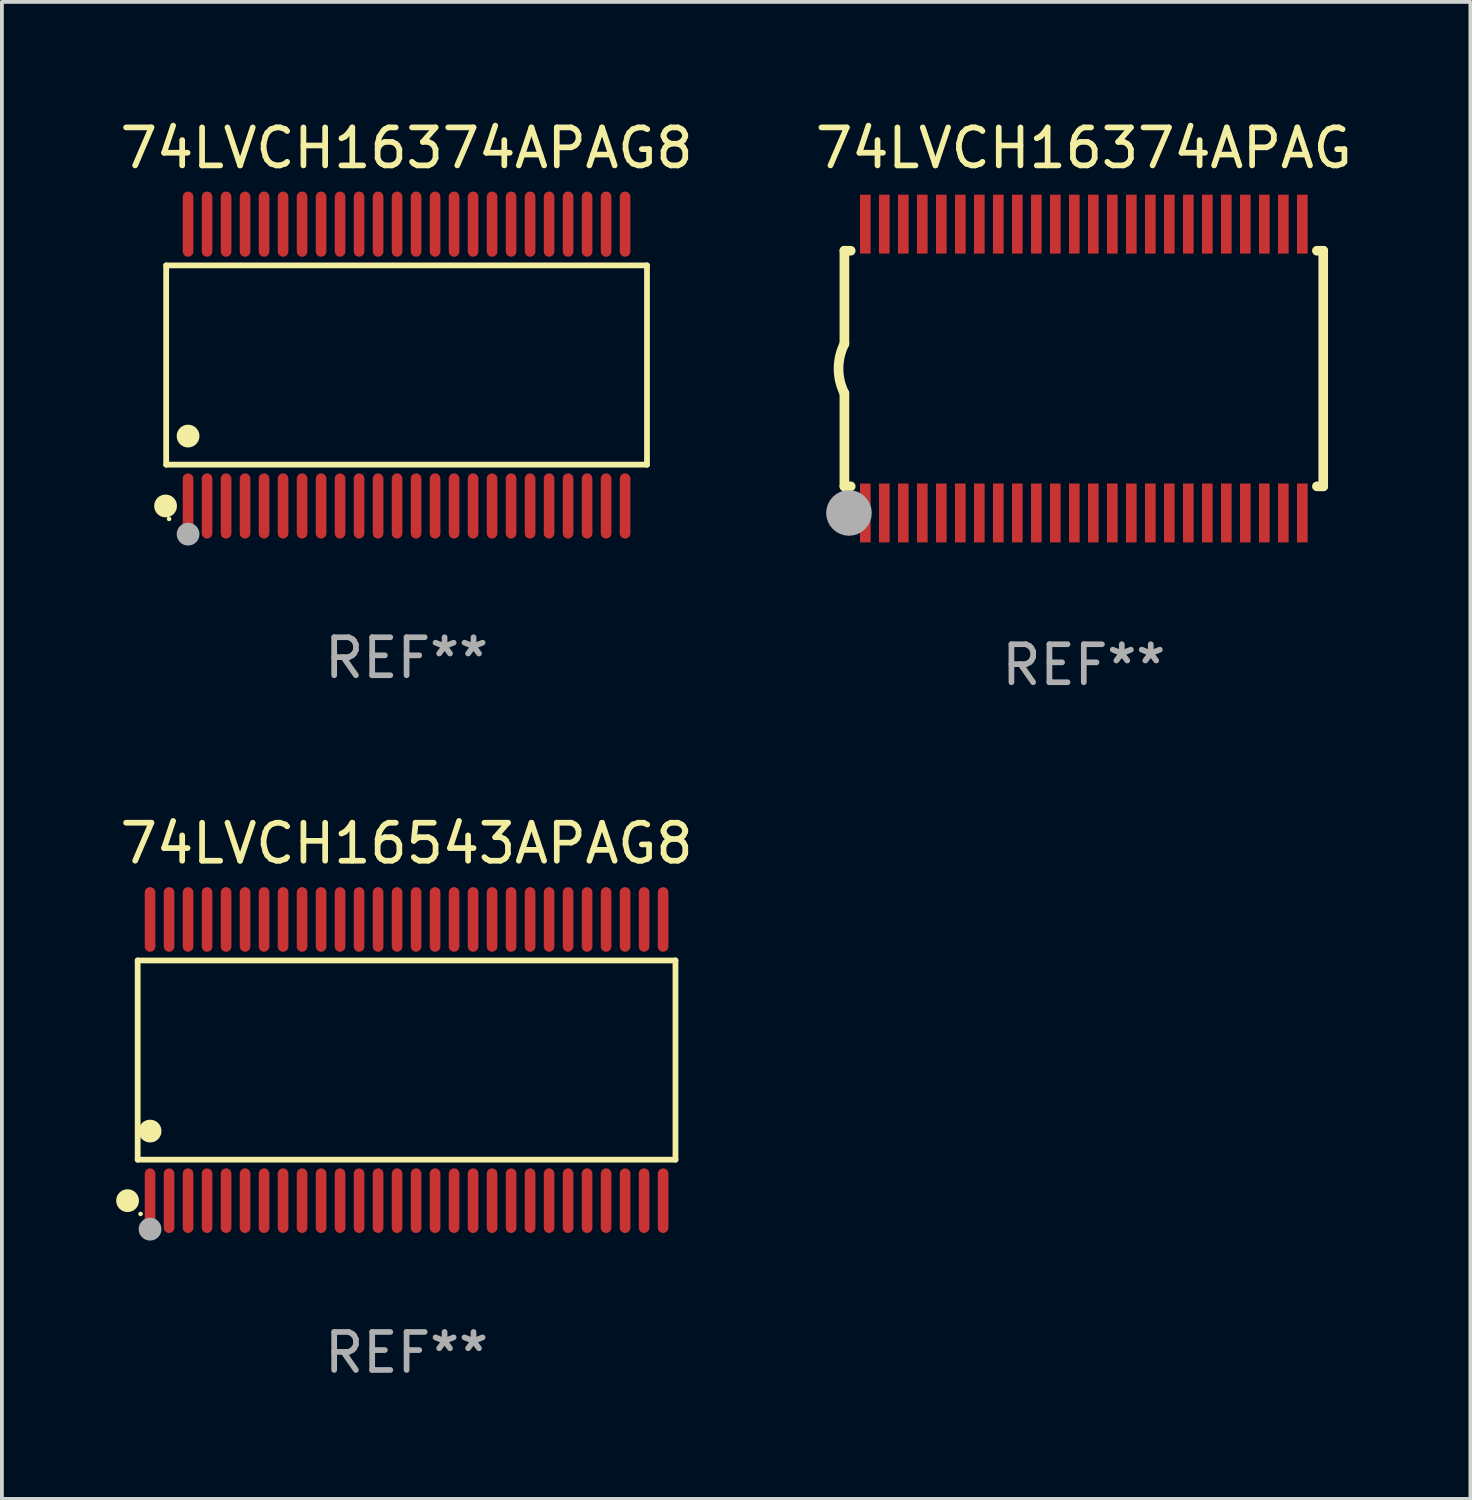
<source format=kicad_pcb>
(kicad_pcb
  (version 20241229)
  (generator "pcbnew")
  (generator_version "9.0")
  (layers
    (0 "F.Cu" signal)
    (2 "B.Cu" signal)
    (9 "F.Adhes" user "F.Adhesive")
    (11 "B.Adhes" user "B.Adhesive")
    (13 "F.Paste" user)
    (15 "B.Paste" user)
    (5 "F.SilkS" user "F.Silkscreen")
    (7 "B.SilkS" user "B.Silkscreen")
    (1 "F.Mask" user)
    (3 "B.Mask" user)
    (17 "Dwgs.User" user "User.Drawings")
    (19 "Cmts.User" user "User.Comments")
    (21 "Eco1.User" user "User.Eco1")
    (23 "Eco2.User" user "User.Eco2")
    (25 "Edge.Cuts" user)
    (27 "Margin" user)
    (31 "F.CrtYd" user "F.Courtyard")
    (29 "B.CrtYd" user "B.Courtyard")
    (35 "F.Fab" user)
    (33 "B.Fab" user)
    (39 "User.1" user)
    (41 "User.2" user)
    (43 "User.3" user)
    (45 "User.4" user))
  (footprint "74LVCH16374APAG"
    (layer "F.Cu")
    (at 25.47 6.648)
    (property "Reference" "74LVCH16374APAG" (at 0 -5.8 0) (layer "F.SilkS") (effects (font (size 1 1) (thickness 0.15))))
    (attr through_hole)
    (fp_line (start -6.3 -3.1) (end -6.3 -0.65) (stroke (width 0.254) (type solid)) (layer "F.SilkS"))
    (fp_line (start -6.3 -3.1) (end -6.134 -3.1) (stroke (width 0.254) (type solid)) (layer "F.SilkS"))
    (fp_line (start -6.3 3.1) (end -6.3 0.65) (stroke (width 0.254) (type solid)) (layer "F.SilkS"))
    (fp_line (start -6.3 3.1) (end -6.134 3.1) (stroke (width 0.254) (type solid)) (layer "F.SilkS"))
    (fp_line (start 6.134 -3.1) (end 6.3 -3.1) (stroke (width 0.254) (type solid)) (layer "F.SilkS"))
    (fp_line (start 6.134 3.1) (end 6.3 3.1) (stroke (width 0.254) (type solid)) (layer "F.SilkS"))
    (fp_line (start 6.3 -3.1) (end 6.3 3.1) (stroke (width 0.254) (type solid)) (layer "F.SilkS"))
    (fp_arc (start -6.301016 0.650114) (mid -6.45413 -0.000082) (end -6.3 -0.650038) (stroke (width 0.254001) (type solid)) (layer "F.SilkS"))
    (fp_circle (center -6.35 3.81) (end -6.223 3.81) (stroke (width 0.254) (type solid)) (fill no) (layer "F.SilkS"))
    (fp_circle (center -6.25 4.05) (end -6.22 4.05) (stroke (width 0.06) (type solid)) (fill no) (layer "F.SilkS"))
    (fp_circle (center -6.18 3.8) (end -5.88 3.8) (stroke (width 0.6) (type solid)) (fill no) (layer "F.Fab"))
    (fp_text user "REF**" (at 0 7.8 0) (layer "F.Fab") (effects (font (size 1 1) (thickness 0.15))))
    (pad "1" smd rect (at -5.75 3.8) (size 0.28 1.55) (layers "F.Cu" "F.Mask" "F.Paste"))
    (pad "2" smd rect (at -5.25 3.8) (size 0.28 1.55) (layers "F.Cu" "F.Mask" "F.Paste"))
    (pad "3" smd rect (at -4.75 3.8) (size 0.28 1.55) (layers "F.Cu" "F.Mask" "F.Paste"))
    (pad "4" smd rect (at -4.25 3.8) (size 0.28 1.55) (layers "F.Cu" "F.Mask" "F.Paste"))
    (pad "5" smd rect (at -3.75 3.8) (size 0.28 1.55) (layers "F.Cu" "F.Mask" "F.Paste"))
    (pad "6" smd rect (at -3.25 3.8) (size 0.28 1.55) (layers "F.Cu" "F.Mask" "F.Paste"))
    (pad "7" smd rect (at -2.75 3.8) (size 0.28 1.55) (layers "F.Cu" "F.Mask" "F.Paste"))
    (pad "8" smd rect (at -2.25 3.8) (size 0.28 1.55) (layers "F.Cu" "F.Mask" "F.Paste"))
    (pad "9" smd rect (at -1.75 3.8) (size 0.28 1.55) (layers "F.Cu" "F.Mask" "F.Paste"))
    (pad "10" smd rect (at -1.25 3.8) (size 0.28 1.55) (layers "F.Cu" "F.Mask" "F.Paste"))
    (pad "11" smd rect (at -0.75 3.8) (size 0.28 1.55) (layers "F.Cu" "F.Mask" "F.Paste"))
    (pad "12" smd rect (at -0.25 3.8) (size 0.28 1.55) (layers "F.Cu" "F.Mask" "F.Paste"))
    (pad "13" smd rect (at 0.25 3.8) (size 0.28 1.55) (layers "F.Cu" "F.Mask" "F.Paste"))
    (pad "14" smd rect (at 0.75 3.8) (size 0.28 1.55) (layers "F.Cu" "F.Mask" "F.Paste"))
    (pad "15" smd rect (at 1.25 3.8) (size 0.28 1.55) (layers "F.Cu" "F.Mask" "F.Paste"))
    (pad "16" smd rect (at 1.75 3.8) (size 0.28 1.55) (layers "F.Cu" "F.Mask" "F.Paste"))
    (pad "17" smd rect (at 2.25 3.8) (size 0.28 1.55) (layers "F.Cu" "F.Mask" "F.Paste"))
    (pad "18" smd rect (at 2.75 3.8) (size 0.28 1.55) (layers "F.Cu" "F.Mask" "F.Paste"))
    (pad "19" smd rect (at 3.25 3.8) (size 0.28 1.55) (layers "F.Cu" "F.Mask" "F.Paste"))
    (pad "20" smd rect (at 3.75 3.8) (size 0.28 1.55) (layers "F.Cu" "F.Mask" "F.Paste"))
    (pad "21" smd rect (at 4.25 3.8) (size 0.28 1.55) (layers "F.Cu" "F.Mask" "F.Paste"))
    (pad "22" smd rect (at 4.75 3.8) (size 0.28 1.55) (layers "F.Cu" "F.Mask" "F.Paste"))
    (pad "23" smd rect (at 5.25 3.8) (size 0.28 1.55) (layers "F.Cu" "F.Mask" "F.Paste"))
    (pad "24" smd rect (at 5.75 3.8) (size 0.28 1.55) (layers "F.Cu" "F.Mask" "F.Paste"))
    (pad "25" smd rect (at 5.75 -3.8) (size 0.28 1.55) (layers "F.Cu" "F.Mask" "F.Paste"))
    (pad "26" smd rect (at 5.25 -3.8) (size 0.28 1.55) (layers "F.Cu" "F.Mask" "F.Paste"))
    (pad "27" smd rect (at 4.75 -3.8) (size 0.28 1.55) (layers "F.Cu" "F.Mask" "F.Paste"))
    (pad "28" smd rect (at 4.25 -3.8) (size 0.28 1.55) (layers "F.Cu" "F.Mask" "F.Paste"))
    (pad "29" smd rect (at 3.75 -3.8) (size 0.28 1.55) (layers "F.Cu" "F.Mask" "F.Paste"))
    (pad "30" smd rect (at 3.25 -3.8) (size 0.28 1.55) (layers "F.Cu" "F.Mask" "F.Paste"))
    (pad "31" smd rect (at 2.75 -3.8) (size 0.28 1.55) (layers "F.Cu" "F.Mask" "F.Paste"))
    (pad "32" smd rect (at 2.25 -3.8) (size 0.28 1.55) (layers "F.Cu" "F.Mask" "F.Paste"))
    (pad "33" smd rect (at 1.75 -3.8) (size 0.28 1.55) (layers "F.Cu" "F.Mask" "F.Paste"))
    (pad "34" smd rect (at 1.25 -3.8) (size 0.28 1.55) (layers "F.Cu" "F.Mask" "F.Paste"))
    (pad "35" smd rect (at 0.75 -3.8) (size 0.28 1.55) (layers "F.Cu" "F.Mask" "F.Paste"))
    (pad "36" smd rect (at 0.25 -3.8) (size 0.28 1.55) (layers "F.Cu" "F.Mask" "F.Paste"))
    (pad "37" smd rect (at -0.25 -3.8) (size 0.28 1.55) (layers "F.Cu" "F.Mask" "F.Paste"))
    (pad "38" smd rect (at -0.75 -3.8) (size 0.28 1.55) (layers "F.Cu" "F.Mask" "F.Paste"))
    (pad "39" smd rect (at -1.25 -3.8) (size 0.28 1.55) (layers "F.Cu" "F.Mask" "F.Paste"))
    (pad "40" smd rect (at -1.75 -3.8) (size 0.28 1.55) (layers "F.Cu" "F.Mask" "F.Paste"))
    (pad "41" smd rect (at -2.25 -3.8) (size 0.28 1.55) (layers "F.Cu" "F.Mask" "F.Paste"))
    (pad "42" smd rect (at -2.75 -3.8) (size 0.28 1.55) (layers "F.Cu" "F.Mask" "F.Paste"))
    (pad "43" smd rect (at -3.25 -3.8) (size 0.28 1.55) (layers "F.Cu" "F.Mask" "F.Paste"))
    (pad "44" smd rect (at -3.75 -3.8) (size 0.28 1.55) (layers "F.Cu" "F.Mask" "F.Paste"))
    (pad "45" smd rect (at -4.25 -3.8) (size 0.28 1.55) (layers "F.Cu" "F.Mask" "F.Paste"))
    (pad "46" smd rect (at -4.75 -3.8) (size 0.28 1.55) (layers "F.Cu" "F.Mask" "F.Paste"))
    (pad "47" smd rect (at -5.25 -3.8) (size 0.28 1.55) (layers "F.Cu" "F.Mask" "F.Paste"))
    (pad "48" smd rect (at -5.75 -3.8) (size 0.28 1.55) (layers "F.Cu" "F.Mask" "F.Paste")))
  (footprint "74LVCH16543APAG8"
    (layer "F.Cu")
    (at 7.649 24.845)
    (property "Reference" "74LVCH16543APAG8" (at 0 -5.7 0) (layer "F.SilkS") (effects (font (size 1 1) (thickness 0.15))))
    (attr through_hole)
    (fp_line (start -7.076 -2.621) (end 7.076 -2.621) (stroke (width 0.152) (type solid)) (layer "F.SilkS"))
    (fp_line (start -7.076 2.621) (end -7.076 -2.621) (stroke (width 0.152) (type solid)) (layer "F.SilkS"))
    (fp_line (start 7.076 -2.621) (end 7.076 2.621) (stroke (width 0.152) (type solid)) (layer "F.SilkS"))
    (fp_line (start 7.076 2.621) (end -7.076 2.621) (stroke (width 0.152) (type solid)) (layer "F.SilkS"))
    (fp_circle (center -7.342 3.7) (end -7.192 3.7) (stroke (width 0.3) (type solid)) (fill no) (layer "F.SilkS"))
    (fp_circle (center -7 4.05) (end -6.97 4.05) (stroke (width 0.06) (type solid)) (fill no) (layer "F.SilkS"))
    (fp_circle (center -6.75 1.869) (end -6.6 1.869) (stroke (width 0.3) (type solid)) (fill no) (layer "F.SilkS"))
    (fp_circle (center -6.75 4.45) (end -6.6 4.45) (stroke (width 0.3) (type solid)) (fill no) (layer "F.Fab"))
    (fp_text user "REF**" (at 0 7.7 0) (layer "F.Fab") (effects (font (size 1 1) (thickness 0.15))))
    (pad "1" smd oval (at -6.75 3.7) (size 0.28 1.7) (layers "F.Cu" "F.Mask" "F.Paste"))
    (pad "2" smd oval (at -6.25 3.7) (size 0.28 1.7) (layers "F.Cu" "F.Mask" "F.Paste"))
    (pad "3" smd oval (at -5.75 3.7) (size 0.28 1.7) (layers "F.Cu" "F.Mask" "F.Paste"))
    (pad "4" smd oval (at -5.25 3.7) (size 0.28 1.7) (layers "F.Cu" "F.Mask" "F.Paste"))
    (pad "5" smd oval (at -4.75 3.7) (size 0.28 1.7) (layers "F.Cu" "F.Mask" "F.Paste"))
    (pad "6" smd oval (at -4.25 3.7) (size 0.28 1.7) (layers "F.Cu" "F.Mask" "F.Paste"))
    (pad "7" smd oval (at -3.75 3.7) (size 0.28 1.7) (layers "F.Cu" "F.Mask" "F.Paste"))
    (pad "8" smd oval (at -3.25 3.7) (size 0.28 1.7) (layers "F.Cu" "F.Mask" "F.Paste"))
    (pad "9" smd oval (at -2.75 3.7) (size 0.28 1.7) (layers "F.Cu" "F.Mask" "F.Paste"))
    (pad "10" smd oval (at -2.25 3.7) (size 0.28 1.7) (layers "F.Cu" "F.Mask" "F.Paste"))
    (pad "11" smd oval (at -1.75 3.7) (size 0.28 1.7) (layers "F.Cu" "F.Mask" "F.Paste"))
    (pad "12" smd oval (at -1.25 3.7) (size 0.28 1.7) (layers "F.Cu" "F.Mask" "F.Paste"))
    (pad "13" smd oval (at -0.75 3.7) (size 0.28 1.7) (layers "F.Cu" "F.Mask" "F.Paste"))
    (pad "14" smd oval (at -0.25 3.7) (size 0.28 1.7) (layers "F.Cu" "F.Mask" "F.Paste"))
    (pad "15" smd oval (at 0.25 3.7) (size 0.28 1.7) (layers "F.Cu" "F.Mask" "F.Paste"))
    (pad "16" smd oval (at 0.75 3.7) (size 0.28 1.7) (layers "F.Cu" "F.Mask" "F.Paste"))
    (pad "17" smd oval (at 1.25 3.7) (size 0.28 1.7) (layers "F.Cu" "F.Mask" "F.Paste"))
    (pad "18" smd oval (at 1.75 3.7) (size 0.28 1.7) (layers "F.Cu" "F.Mask" "F.Paste"))
    (pad "19" smd oval (at 2.25 3.7) (size 0.28 1.7) (layers "F.Cu" "F.Mask" "F.Paste"))
    (pad "20" smd oval (at 2.75 3.7) (size 0.28 1.7) (layers "F.Cu" "F.Mask" "F.Paste"))
    (pad "21" smd oval (at 3.25 3.7) (size 0.28 1.7) (layers "F.Cu" "F.Mask" "F.Paste"))
    (pad "22" smd oval (at 3.75 3.7) (size 0.28 1.7) (layers "F.Cu" "F.Mask" "F.Paste"))
    (pad "23" smd oval (at 4.25 3.7) (size 0.28 1.7) (layers "F.Cu" "F.Mask" "F.Paste"))
    (pad "24" smd oval (at 4.75 3.7) (size 0.28 1.7) (layers "F.Cu" "F.Mask" "F.Paste"))
    (pad "25" smd oval (at 5.25 3.7) (size 0.28 1.7) (layers "F.Cu" "F.Mask" "F.Paste"))
    (pad "26" smd oval (at 5.75 3.7) (size 0.28 1.7) (layers "F.Cu" "F.Mask" "F.Paste"))
    (pad "27" smd oval (at 6.25 3.7) (size 0.28 1.7) (layers "F.Cu" "F.Mask" "F.Paste"))
    (pad "28" smd oval (at 6.75 3.7) (size 0.28 1.7) (layers "F.Cu" "F.Mask" "F.Paste"))
    (pad "29" smd oval (at 6.75 -3.7) (size 0.28 1.7) (layers "F.Cu" "F.Mask" "F.Paste"))
    (pad "30" smd oval (at 6.25 -3.7) (size 0.28 1.7) (layers "F.Cu" "F.Mask" "F.Paste"))
    (pad "31" smd oval (at 5.75 -3.7) (size 0.28 1.7) (layers "F.Cu" "F.Mask" "F.Paste"))
    (pad "32" smd oval (at 5.25 -3.7) (size 0.28 1.7) (layers "F.Cu" "F.Mask" "F.Paste"))
    (pad "33" smd oval (at 4.75 -3.7) (size 0.28 1.7) (layers "F.Cu" "F.Mask" "F.Paste"))
    (pad "34" smd oval (at 4.25 -3.7) (size 0.28 1.7) (layers "F.Cu" "F.Mask" "F.Paste"))
    (pad "35" smd oval (at 3.75 -3.7) (size 0.28 1.7) (layers "F.Cu" "F.Mask" "F.Paste"))
    (pad "36" smd oval (at 3.25 -3.7) (size 0.28 1.7) (layers "F.Cu" "F.Mask" "F.Paste"))
    (pad "37" smd oval (at 2.75 -3.7) (size 0.28 1.7) (layers "F.Cu" "F.Mask" "F.Paste"))
    (pad "38" smd oval (at 2.25 -3.7) (size 0.28 1.7) (layers "F.Cu" "F.Mask" "F.Paste"))
    (pad "39" smd oval (at 1.75 -3.7) (size 0.28 1.7) (layers "F.Cu" "F.Mask" "F.Paste"))
    (pad "40" smd oval (at 1.25 -3.7) (size 0.28 1.7) (layers "F.Cu" "F.Mask" "F.Paste"))
    (pad "41" smd oval (at 0.75 -3.7) (size 0.28 1.7) (layers "F.Cu" "F.Mask" "F.Paste"))
    (pad "42" smd oval (at 0.25 -3.7) (size 0.28 1.7) (layers "F.Cu" "F.Mask" "F.Paste"))
    (pad "43" smd oval (at -0.25 -3.7) (size 0.28 1.7) (layers "F.Cu" "F.Mask" "F.Paste"))
    (pad "44" smd oval (at -0.75 -3.7) (size 0.28 1.7) (layers "F.Cu" "F.Mask" "F.Paste"))
    (pad "45" smd oval (at -1.25 -3.7) (size 0.28 1.7) (layers "F.Cu" "F.Mask" "F.Paste"))
    (pad "46" smd oval (at -1.75 -3.7) (size 0.28 1.7) (layers "F.Cu" "F.Mask" "F.Paste"))
    (pad "47" smd oval (at -2.25 -3.7) (size 0.28 1.7) (layers "F.Cu" "F.Mask" "F.Paste"))
    (pad "48" smd oval (at -2.75 -3.7) (size 0.28 1.7) (layers "F.Cu" "F.Mask" "F.Paste"))
    (pad "49" smd oval (at -3.25 -3.7) (size 0.28 1.7) (layers "F.Cu" "F.Mask" "F.Paste"))
    (pad "50" smd oval (at -3.75 -3.7) (size 0.28 1.7) (layers "F.Cu" "F.Mask" "F.Paste"))
    (pad "51" smd oval (at -4.25 -3.7) (size 0.28 1.7) (layers "F.Cu" "F.Mask" "F.Paste"))
    (pad "52" smd oval (at -4.75 -3.7) (size 0.28 1.7) (layers "F.Cu" "F.Mask" "F.Paste"))
    (pad "53" smd oval (at -5.25 -3.7) (size 0.28 1.7) (layers "F.Cu" "F.Mask" "F.Paste"))
    (pad "54" smd oval (at -5.75 -3.7) (size 0.28 1.7) (layers "F.Cu" "F.Mask" "F.Paste"))
    (pad "55" smd oval (at -6.25 -3.7) (size 0.28 1.7) (layers "F.Cu" "F.Mask" "F.Paste"))
    (pad "56" smd oval (at -6.75 -3.7) (size 0.28 1.7) (layers "F.Cu" "F.Mask" "F.Paste")))
  (footprint "74LVCH16374APAG8"
    (layer "F.Cu")
    (at 7.649 6.556)
    (property "Reference" "74LVCH16374APAG8" (at 0 -5.708 0) (layer "F.SilkS") (effects (font (size 1 1) (thickness 0.15))))
    (attr through_hole)
    (fp_line (start -6.326 -2.622) (end 6.326 -2.622) (stroke (width 0.152) (type solid)) (layer "F.SilkS"))
    (fp_line (start -6.326 2.621) (end -6.326 -2.622) (stroke (width 0.152) (type solid)) (layer "F.SilkS"))
    (fp_line (start 6.326 -2.622) (end 6.326 2.621) (stroke (width 0.152) (type solid)) (layer "F.SilkS"))
    (fp_line (start 6.326 2.621) (end -6.326 2.621) (stroke (width 0.152) (type solid)) (layer "F.SilkS"))
    (fp_circle (center -6.342 3.708) (end -6.192 3.708) (stroke (width 0.3) (type solid)) (fill no) (layer "F.SilkS"))
    (fp_circle (center -6.25 4.05) (end -6.22 4.05) (stroke (width 0.06) (type solid)) (fill no) (layer "F.SilkS"))
    (fp_circle (center -5.75 1.869) (end -5.6 1.869) (stroke (width 0.3) (type solid)) (fill no) (layer "F.SilkS"))
    (fp_circle (center -5.75 4.45) (end -5.6 4.45) (stroke (width 0.3) (type solid)) (fill no) (layer "F.Fab"))
    (fp_text user "REF**" (at 0 7.708 0) (layer "F.Fab") (effects (font (size 1 1) (thickness 0.15))))
    (pad "1" smd oval (at -5.75 3.708) (size 0.28 1.715) (layers "F.Cu" "F.Mask" "F.Paste"))
    (pad "2" smd oval (at -5.25 3.708) (size 0.28 1.715) (layers "F.Cu" "F.Mask" "F.Paste"))
    (pad "3" smd oval (at -4.75 3.708) (size 0.28 1.715) (layers "F.Cu" "F.Mask" "F.Paste"))
    (pad "4" smd oval (at -4.25 3.708) (size 0.28 1.715) (layers "F.Cu" "F.Mask" "F.Paste"))
    (pad "5" smd oval (at -3.75 3.708) (size 0.28 1.715) (layers "F.Cu" "F.Mask" "F.Paste"))
    (pad "6" smd oval (at -3.25 3.708) (size 0.28 1.715) (layers "F.Cu" "F.Mask" "F.Paste"))
    (pad "7" smd oval (at -2.75 3.708) (size 0.28 1.715) (layers "F.Cu" "F.Mask" "F.Paste"))
    (pad "8" smd oval (at -2.25 3.708) (size 0.28 1.715) (layers "F.Cu" "F.Mask" "F.Paste"))
    (pad "9" smd oval (at -1.75 3.708) (size 0.28 1.715) (layers "F.Cu" "F.Mask" "F.Paste"))
    (pad "10" smd oval (at -1.25 3.708) (size 0.28 1.715) (layers "F.Cu" "F.Mask" "F.Paste"))
    (pad "11" smd oval (at -0.75 3.708) (size 0.28 1.715) (layers "F.Cu" "F.Mask" "F.Paste"))
    (pad "12" smd oval (at -0.25 3.708) (size 0.28 1.715) (layers "F.Cu" "F.Mask" "F.Paste"))
    (pad "13" smd oval (at 0.25 3.708) (size 0.28 1.715) (layers "F.Cu" "F.Mask" "F.Paste"))
    (pad "14" smd oval (at 0.75 3.708) (size 0.28 1.715) (layers "F.Cu" "F.Mask" "F.Paste"))
    (pad "15" smd oval (at 1.25 3.708) (size 0.28 1.715) (layers "F.Cu" "F.Mask" "F.Paste"))
    (pad "16" smd oval (at 1.75 3.708) (size 0.28 1.715) (layers "F.Cu" "F.Mask" "F.Paste"))
    (pad "17" smd oval (at 2.25 3.708) (size 0.28 1.715) (layers "F.Cu" "F.Mask" "F.Paste"))
    (pad "18" smd oval (at 2.75 3.708) (size 0.28 1.715) (layers "F.Cu" "F.Mask" "F.Paste"))
    (pad "19" smd oval (at 3.25 3.708) (size 0.28 1.715) (layers "F.Cu" "F.Mask" "F.Paste"))
    (pad "20" smd oval (at 3.75 3.708) (size 0.28 1.715) (layers "F.Cu" "F.Mask" "F.Paste"))
    (pad "21" smd oval (at 4.25 3.708) (size 0.28 1.715) (layers "F.Cu" "F.Mask" "F.Paste"))
    (pad "22" smd oval (at 4.75 3.708) (size 0.28 1.715) (layers "F.Cu" "F.Mask" "F.Paste"))
    (pad "23" smd oval (at 5.25 3.708) (size 0.28 1.715) (layers "F.Cu" "F.Mask" "F.Paste"))
    (pad "24" smd oval (at 5.75 3.708) (size 0.28 1.715) (layers "F.Cu" "F.Mask" "F.Paste"))
    (pad "25" smd oval (at 5.75 -3.708) (size 0.28 1.715) (layers "F.Cu" "F.Mask" "F.Paste"))
    (pad "26" smd oval (at 5.25 -3.708) (size 0.28 1.715) (layers "F.Cu" "F.Mask" "F.Paste"))
    (pad "27" smd oval (at 4.75 -3.708) (size 0.28 1.715) (layers "F.Cu" "F.Mask" "F.Paste"))
    (pad "28" smd oval (at 4.25 -3.708) (size 0.28 1.715) (layers "F.Cu" "F.Mask" "F.Paste"))
    (pad "29" smd oval (at 3.75 -3.708) (size 0.28 1.715) (layers "F.Cu" "F.Mask" "F.Paste"))
    (pad "30" smd oval (at 3.25 -3.708) (size 0.28 1.715) (layers "F.Cu" "F.Mask" "F.Paste"))
    (pad "31" smd oval (at 2.75 -3.708) (size 0.28 1.715) (layers "F.Cu" "F.Mask" "F.Paste"))
    (pad "32" smd oval (at 2.25 -3.708) (size 0.28 1.715) (layers "F.Cu" "F.Mask" "F.Paste"))
    (pad "33" smd oval (at 1.75 -3.708) (size 0.28 1.715) (layers "F.Cu" "F.Mask" "F.Paste"))
    (pad "34" smd oval (at 1.25 -3.708) (size 0.28 1.715) (layers "F.Cu" "F.Mask" "F.Paste"))
    (pad "35" smd oval (at 0.75 -3.708) (size 0.28 1.715) (layers "F.Cu" "F.Mask" "F.Paste"))
    (pad "36" smd oval (at 0.25 -3.708) (size 0.28 1.715) (layers "F.Cu" "F.Mask" "F.Paste"))
    (pad "37" smd oval (at -0.25 -3.708) (size 0.28 1.715) (layers "F.Cu" "F.Mask" "F.Paste"))
    (pad "38" smd oval (at -0.75 -3.708) (size 0.28 1.715) (layers "F.Cu" "F.Mask" "F.Paste"))
    (pad "39" smd oval (at -1.25 -3.708) (size 0.28 1.715) (layers "F.Cu" "F.Mask" "F.Paste"))
    (pad "40" smd oval (at -1.75 -3.708) (size 0.28 1.715) (layers "F.Cu" "F.Mask" "F.Paste"))
    (pad "41" smd oval (at -2.25 -3.708) (size 0.28 1.715) (layers "F.Cu" "F.Mask" "F.Paste"))
    (pad "42" smd oval (at -2.75 -3.708) (size 0.28 1.715) (layers "F.Cu" "F.Mask" "F.Paste"))
    (pad "43" smd oval (at -3.25 -3.708) (size 0.28 1.715) (layers "F.Cu" "F.Mask" "F.Paste"))
    (pad "44" smd oval (at -3.75 -3.708) (size 0.28 1.715) (layers "F.Cu" "F.Mask" "F.Paste"))
    (pad "45" smd oval (at -4.25 -3.708) (size 0.28 1.715) (layers "F.Cu" "F.Mask" "F.Paste"))
    (pad "46" smd oval (at -4.75 -3.708) (size 0.28 1.715) (layers "F.Cu" "F.Mask" "F.Paste"))
    (pad "47" smd oval (at -5.25 -3.708) (size 0.28 1.715) (layers "F.Cu" "F.Mask" "F.Paste"))
    (pad "48" smd oval (at -5.75 -3.708) (size 0.28 1.715) (layers "F.Cu" "F.Mask" "F.Paste")))
  (gr_rect
    (start -3 -3)
    (end 35.643 36.393)
    (stroke (width 0.1) (type default))
    (fill no)
    (layer "Edge.Cuts")))
</source>
